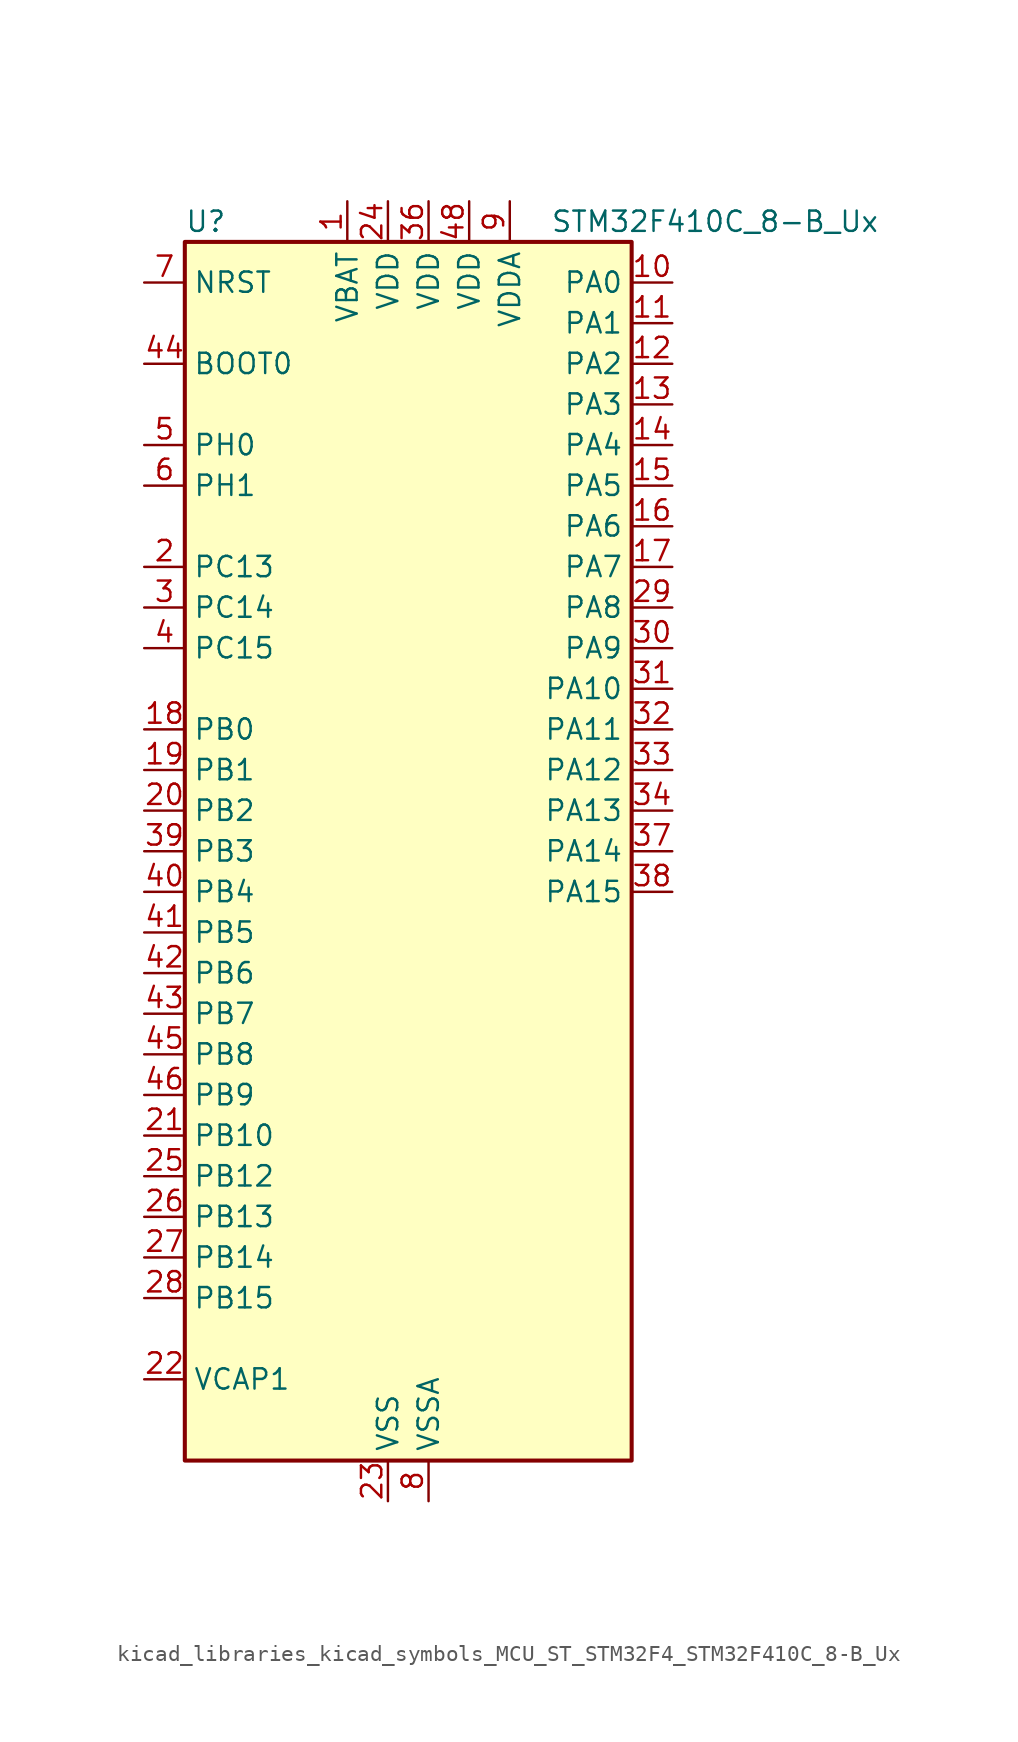
<source format=kicad_sym>
(kicad_symbol_lib
  (version 20220914)
  (generator kicad_symbol_editor)
  (symbol "kicad_libraries_kicad_symbols_MCU_ST_STM32F4_STM32F410C_8-B_Ux"
    (property "Reference" "U"
      (at -12.7 39.37 0)
      (effects (font (size 1.27 1.27)) (justify left)))
    (property "Value" "STM32F410C_8-B_Ux"
      (at 10.16 39.37 0)
      (effects (font (size 1.27 1.27)) (justify left)))
    (property "ki_locked" ""
      (at 0 0 0)
      (effects (font (size 1.27 1.27))))
    (symbol "kicad_libraries_kicad_symbols_MCU_ST_STM32F4_STM32F410C_8-B_Ux_0_1"
      (rectangle (start -12.7 -38.1) (end 15.24 38.1) (stroke (width 0.254) (type default)) (fill (type background))))
    (symbol "kicad_libraries_kicad_symbols_MCU_ST_STM32F4_STM32F410C_8-B_Ux_1_1"
      (pin power_in line (at -2.54 40.64 270) (length 2.54) (name "VBAT" (effects (font (size 1.27 1.27)))) (number "1" (effects (font (size 1.27 1.27)))))
      (pin bidirectional line (at 17.78 35.56 180) (length 2.54) (name "PA0" (effects (font (size 1.27 1.27)))) (number "10" (effects (font (size 1.27 1.27)))) (alternate "ADC1_IN0" bidirectional line) (alternate "SYS_WKUP1" bidirectional line) (alternate "TIM5_CH1" bidirectional line) (alternate "USART2_CTS" bidirectional line))
      (pin bidirectional line (at 17.78 33.02 180) (length 2.54) (name "PA1" (effects (font (size 1.27 1.27)))) (number "11" (effects (font (size 1.27 1.27)))) (alternate "ADC1_IN1" bidirectional line) (alternate "TIM5_CH2" bidirectional line) (alternate "USART2_RTS" bidirectional line))
      (pin bidirectional line (at 17.78 30.48 180) (length 2.54) (name "PA2" (effects (font (size 1.27 1.27)))) (number "12" (effects (font (size 1.27 1.27)))) (alternate "ADC1_IN2" bidirectional line) (alternate "I2S_CKIN" bidirectional line) (alternate "TIM5_CH3" bidirectional line) (alternate "TIM9_CH1" bidirectional line) (alternate "USART2_TX" bidirectional line))
      (pin bidirectional line (at 17.78 27.94 180) (length 2.54) (name "PA3" (effects (font (size 1.27 1.27)))) (number "13" (effects (font (size 1.27 1.27)))) (alternate "ADC1_IN3" bidirectional line) (alternate "I2S2_MCK" bidirectional line) (alternate "TIM5_CH4" bidirectional line) (alternate "TIM9_CH2" bidirectional line) (alternate "USART2_RX" bidirectional line))
      (pin bidirectional line (at 17.78 25.4 180) (length 2.54) (name "PA4" (effects (font (size 1.27 1.27)))) (number "14" (effects (font (size 1.27 1.27)))) (alternate "ADC1_IN4" bidirectional line) (alternate "I2S1_WS" bidirectional line) (alternate "SPI1_NSS" bidirectional line) (alternate "USART2_CK" bidirectional line))
      (pin bidirectional line (at 17.78 22.86 180) (length 2.54) (name "PA5" (effects (font (size 1.27 1.27)))) (number "15" (effects (font (size 1.27 1.27)))) (alternate "ADC1_IN5" bidirectional line) (alternate "DAC_OUT1" bidirectional line) (alternate "I2S1_CK" bidirectional line) (alternate "SPI1_SCK" bidirectional line))
      (pin bidirectional line (at 17.78 20.32 180) (length 2.54) (name "PA6" (effects (font (size 1.27 1.27)))) (number "16" (effects (font (size 1.27 1.27)))) (alternate "ADC1_IN6" bidirectional line) (alternate "I2S2_MCK" bidirectional line) (alternate "SPI1_MISO" bidirectional line) (alternate "TIM1_BKIN" bidirectional line))
      (pin bidirectional line (at 17.78 17.78 180) (length 2.54) (name "PA7" (effects (font (size 1.27 1.27)))) (number "17" (effects (font (size 1.27 1.27)))) (alternate "ADC1_IN7" bidirectional line) (alternate "I2S1_SD" bidirectional line) (alternate "SPI1_MOSI" bidirectional line) (alternate "TIM1_CH1N" bidirectional line))
      (pin bidirectional line (at -15.24 7.62 0) (length 2.54) (name "PB0" (effects (font (size 1.27 1.27)))) (number "18" (effects (font (size 1.27 1.27)))) (alternate "ADC1_IN8" bidirectional line) (alternate "I2S5_CK" bidirectional line) (alternate "SPI5_SCK" bidirectional line) (alternate "TIM1_CH2N" bidirectional line))
      (pin bidirectional line (at -15.24 5.08 0) (length 2.54) (name "PB1" (effects (font (size 1.27 1.27)))) (number "19" (effects (font (size 1.27 1.27)))) (alternate "ADC1_IN9" bidirectional line) (alternate "I2S5_WS" bidirectional line) (alternate "SPI5_NSS" bidirectional line) (alternate "TIM1_CH3N" bidirectional line))
      (pin bidirectional line (at -15.24 17.78 0) (length 2.54) (name "PC13" (effects (font (size 1.27 1.27)))) (number "2" (effects (font (size 1.27 1.27)))) (alternate "RTC_AF1" bidirectional line))
      (pin bidirectional line (at -15.24 2.54 0) (length 2.54) (name "PB2" (effects (font (size 1.27 1.27)))) (number "20" (effects (font (size 1.27 1.27)))) (alternate "LPTIM1_OUT" bidirectional line))
      (pin bidirectional line (at -15.24 -17.78 0) (length 2.54) (name "PB10" (effects (font (size 1.27 1.27)))) (number "21" (effects (font (size 1.27 1.27)))) (alternate "FMPI2C1_SCL" bidirectional line) (alternate "I2C2_SCL" bidirectional line) (alternate "I2S1_MCK" bidirectional line) (alternate "I2S2_CK" bidirectional line) (alternate "SPI2_SCK" bidirectional line))
      (pin power_out line (at -15.24 -33.02 0) (length 2.54) (name "VCAP1" (effects (font (size 1.27 1.27)))) (number "22" (effects (font (size 1.27 1.27)))))
      (pin power_in line (at 0 -40.64 90) (length 2.54) (name "VSS" (effects (font (size 1.27 1.27)))) (number "23" (effects (font (size 1.27 1.27)))))
      (pin power_in line (at 0 40.64 270) (length 2.54) (name "VDD" (effects (font (size 1.27 1.27)))) (number "24" (effects (font (size 1.27 1.27)))))
      (pin bidirectional line (at -15.24 -20.32 0) (length 2.54) (name "PB12" (effects (font (size 1.27 1.27)))) (number "25" (effects (font (size 1.27 1.27)))) (alternate "I2C2_SMBA" bidirectional line) (alternate "I2S2_WS" bidirectional line) (alternate "SPI2_NSS" bidirectional line) (alternate "TIM1_BKIN" bidirectional line) (alternate "TIM5_CH1" bidirectional line))
      (pin bidirectional line (at -15.24 -22.86 0) (length 2.54) (name "PB13" (effects (font (size 1.27 1.27)))) (number "26" (effects (font (size 1.27 1.27)))) (alternate "FMPI2C1_SMBA" bidirectional line) (alternate "I2S2_CK" bidirectional line) (alternate "SPI2_SCK" bidirectional line) (alternate "TIM1_CH1N" bidirectional line))
      (pin bidirectional line (at -15.24 -25.4 0) (length 2.54) (name "PB14" (effects (font (size 1.27 1.27)))) (number "27" (effects (font (size 1.27 1.27)))) (alternate "FMPI2C1_SDA" bidirectional line) (alternate "SPI2_MISO" bidirectional line) (alternate "TIM1_CH2N" bidirectional line))
      (pin bidirectional line (at -15.24 -27.94 0) (length 2.54) (name "PB15" (effects (font (size 1.27 1.27)))) (number "28" (effects (font (size 1.27 1.27)))) (alternate "ADC1_EXTI15" bidirectional line) (alternate "FMPI2C1_SCL" bidirectional line) (alternate "I2S2_SD" bidirectional line) (alternate "RTC_REFIN" bidirectional line) (alternate "SPI2_MOSI" bidirectional line) (alternate "TIM1_CH3N" bidirectional line))
      (pin bidirectional line (at 17.78 15.24 180) (length 2.54) (name "PA8" (effects (font (size 1.27 1.27)))) (number "29" (effects (font (size 1.27 1.27)))) (alternate "FMPI2C1_SCL" bidirectional line) (alternate "RCC_MCO_1" bidirectional line) (alternate "TIM1_CH1" bidirectional line) (alternate "USART1_CK" bidirectional line))
      (pin bidirectional line (at -15.24 15.24 0) (length 2.54) (name "PC14" (effects (font (size 1.27 1.27)))) (number "3" (effects (font (size 1.27 1.27)))) (alternate "RCC_OSC32_IN" bidirectional line))
      (pin bidirectional line (at 17.78 12.7 180) (length 2.54) (name "PA9" (effects (font (size 1.27 1.27)))) (number "30" (effects (font (size 1.27 1.27)))) (alternate "DAC_EXTI9" bidirectional line) (alternate "TIM1_CH2" bidirectional line) (alternate "USART1_TX" bidirectional line))
      (pin bidirectional line (at 17.78 10.16 180) (length 2.54) (name "PA10" (effects (font (size 1.27 1.27)))) (number "31" (effects (font (size 1.27 1.27)))) (alternate "I2S5_SD" bidirectional line) (alternate "SPI5_MOSI" bidirectional line) (alternate "TIM1_CH3" bidirectional line) (alternate "USART1_RX" bidirectional line))
      (pin bidirectional line (at 17.78 7.62 180) (length 2.54) (name "PA11" (effects (font (size 1.27 1.27)))) (number "32" (effects (font (size 1.27 1.27)))) (alternate "ADC1_EXTI11" bidirectional line) (alternate "TIM1_CH4" bidirectional line) (alternate "USART1_CTS" bidirectional line) (alternate "USART6_TX" bidirectional line))
      (pin bidirectional line (at 17.78 5.08 180) (length 2.54) (name "PA12" (effects (font (size 1.27 1.27)))) (number "33" (effects (font (size 1.27 1.27)))) (alternate "SPI5_MISO" bidirectional line) (alternate "TIM1_ETR" bidirectional line) (alternate "USART1_RTS" bidirectional line) (alternate "USART6_RX" bidirectional line))
      (pin bidirectional line (at 17.78 2.54 180) (length 2.54) (name "PA13" (effects (font (size 1.27 1.27)))) (number "34" (effects (font (size 1.27 1.27)))) (alternate "SYS_JTMS-SWDIO" bidirectional line))
      (pin passive line (at 0 -40.64 90) (length 2.54) hide (name "VSS" (effects (font (size 1.27 1.27)))) (number "35" (effects (font (size 1.27 1.27)))))
      (pin power_in line (at 2.54 40.64 270) (length 2.54) (name "VDD" (effects (font (size 1.27 1.27)))) (number "36" (effects (font (size 1.27 1.27)))))
      (pin bidirectional line (at 17.78 0 180) (length 2.54) (name "PA14" (effects (font (size 1.27 1.27)))) (number "37" (effects (font (size 1.27 1.27)))) (alternate "SYS_JTCK-SWCLK" bidirectional line))
      (pin bidirectional line (at 17.78 -2.54 180) (length 2.54) (name "PA15" (effects (font (size 1.27 1.27)))) (number "38" (effects (font (size 1.27 1.27)))) (alternate "ADC1_EXTI15" bidirectional line) (alternate "I2S1_WS" bidirectional line) (alternate "SPI1_NSS" bidirectional line) (alternate "SYS_JTDI" bidirectional line) (alternate "USART1_TX" bidirectional line))
      (pin bidirectional line (at -15.24 0 0) (length 2.54) (name "PB3" (effects (font (size 1.27 1.27)))) (number "39" (effects (font (size 1.27 1.27)))) (alternate "FMPI2C1_SDA" bidirectional line) (alternate "I2C2_SDA" bidirectional line) (alternate "I2S1_CK" bidirectional line) (alternate "SPI1_SCK" bidirectional line) (alternate "SYS_JTDO-SWO" bidirectional line) (alternate "USART1_RX" bidirectional line))
      (pin bidirectional line (at -15.24 12.7 0) (length 2.54) (name "PC15" (effects (font (size 1.27 1.27)))) (number "4" (effects (font (size 1.27 1.27)))) (alternate "ADC1_EXTI15" bidirectional line) (alternate "RCC_OSC32_OUT" bidirectional line))
      (pin bidirectional line (at -15.24 -2.54 0) (length 2.54) (name "PB4" (effects (font (size 1.27 1.27)))) (number "40" (effects (font (size 1.27 1.27)))) (alternate "SPI1_MISO" bidirectional line) (alternate "SYS_JTRST" bidirectional line))
      (pin bidirectional line (at -15.24 -5.08 0) (length 2.54) (name "PB5" (effects (font (size 1.27 1.27)))) (number "41" (effects (font (size 1.27 1.27)))) (alternate "I2C1_SMBA" bidirectional line) (alternate "I2S1_SD" bidirectional line) (alternate "LPTIM1_IN1" bidirectional line) (alternate "SPI1_MOSI" bidirectional line))
      (pin bidirectional line (at -15.24 -7.62 0) (length 2.54) (name "PB6" (effects (font (size 1.27 1.27)))) (number "42" (effects (font (size 1.27 1.27)))) (alternate "I2C1_SCL" bidirectional line) (alternate "LPTIM1_ETR" bidirectional line) (alternate "USART1_TX" bidirectional line))
      (pin bidirectional line (at -15.24 -10.16 0) (length 2.54) (name "PB7" (effects (font (size 1.27 1.27)))) (number "43" (effects (font (size 1.27 1.27)))) (alternate "I2C1_SDA" bidirectional line) (alternate "LPTIM1_IN2" bidirectional line) (alternate "USART1_RX" bidirectional line))
      (pin input line (at -15.24 30.48 0) (length 2.54) (name "BOOT0" (effects (font (size 1.27 1.27)))) (number "44" (effects (font (size 1.27 1.27)))))
      (pin bidirectional line (at -15.24 -12.7 0) (length 2.54) (name "PB8" (effects (font (size 1.27 1.27)))) (number "45" (effects (font (size 1.27 1.27)))) (alternate "I2C1_SCL" bidirectional line) (alternate "I2S5_SD" bidirectional line) (alternate "LPTIM1_OUT" bidirectional line) (alternate "SPI5_MOSI" bidirectional line))
      (pin bidirectional line (at -15.24 -15.24 0) (length 2.54) (name "PB9" (effects (font (size 1.27 1.27)))) (number "46" (effects (font (size 1.27 1.27)))) (alternate "DAC_EXTI9" bidirectional line) (alternate "I2C1_SDA" bidirectional line) (alternate "I2C2_SDA" bidirectional line) (alternate "I2S2_WS" bidirectional line) (alternate "SPI2_NSS" bidirectional line) (alternate "TIM11_CH1" bidirectional line))
      (pin passive line (at 0 -40.64 90) (length 2.54) hide (name "VSS" (effects (font (size 1.27 1.27)))) (number "47" (effects (font (size 1.27 1.27)))))
      (pin power_in line (at 5.08 40.64 270) (length 2.54) (name "VDD" (effects (font (size 1.27 1.27)))) (number "48" (effects (font (size 1.27 1.27)))))
      (pin passive line (at 0 -40.64 90) (length 2.54) hide (name "VSS" (effects (font (size 1.27 1.27)))) (number "49" (effects (font (size 1.27 1.27)))))
      (pin bidirectional line (at -15.24 25.4 0) (length 2.54) (name "PH0" (effects (font (size 1.27 1.27)))) (number "5" (effects (font (size 1.27 1.27)))) (alternate "RCC_OSC_IN" bidirectional line))
      (pin bidirectional line (at -15.24 22.86 0) (length 2.54) (name "PH1" (effects (font (size 1.27 1.27)))) (number "6" (effects (font (size 1.27 1.27)))) (alternate "RCC_OSC_OUT" bidirectional line))
      (pin input line (at -15.24 35.56 0) (length 2.54) (name "NRST" (effects (font (size 1.27 1.27)))) (number "7" (effects (font (size 1.27 1.27)))))
      (pin power_in line (at 2.54 -40.64 90) (length 2.54) (name "VSSA" (effects (font (size 1.27 1.27)))) (number "8" (effects (font (size 1.27 1.27)))))
      (pin power_in line (at 7.62 40.64 270) (length 2.54) (name "VDDA" (effects (font (size 1.27 1.27)))) (number "9" (effects (font (size 1.27 1.27))))))))
</source>
